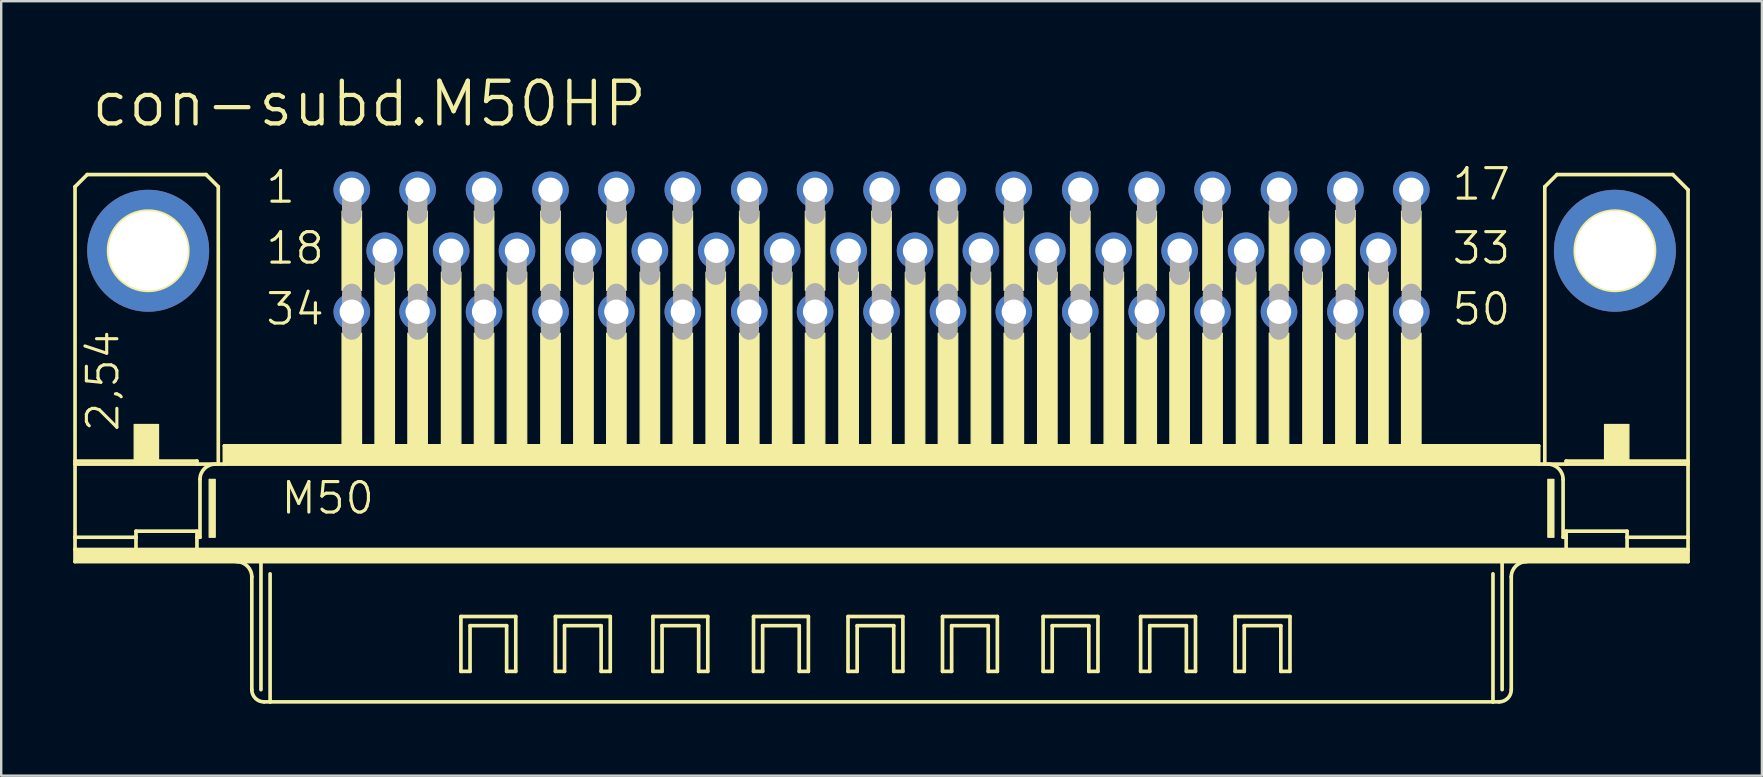
<source format=kicad_pcb>
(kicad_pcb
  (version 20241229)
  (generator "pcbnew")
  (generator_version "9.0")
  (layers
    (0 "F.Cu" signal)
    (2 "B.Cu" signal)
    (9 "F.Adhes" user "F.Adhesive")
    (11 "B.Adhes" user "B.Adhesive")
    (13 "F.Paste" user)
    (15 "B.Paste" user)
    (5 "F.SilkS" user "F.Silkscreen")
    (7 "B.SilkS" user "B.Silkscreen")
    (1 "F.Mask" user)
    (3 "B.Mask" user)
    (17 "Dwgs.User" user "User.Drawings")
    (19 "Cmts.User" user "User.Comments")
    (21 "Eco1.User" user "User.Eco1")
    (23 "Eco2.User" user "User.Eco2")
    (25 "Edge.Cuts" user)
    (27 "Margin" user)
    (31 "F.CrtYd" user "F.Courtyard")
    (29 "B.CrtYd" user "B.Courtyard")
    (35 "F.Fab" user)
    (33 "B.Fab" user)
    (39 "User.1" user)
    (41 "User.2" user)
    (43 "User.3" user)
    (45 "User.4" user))
  (footprint "con-subd.M50HP"
    (layer "F.Cu")
    (at 33.68 7.398)
    (property "Reference" "con-subd.M50HP" (at -33.02 -5.08 0) (layer "F.SilkS") (effects (font (size 1.778 1.778) (thickness 0.18)) (justify left bottom)))
    (attr through_hole)
    (fp_line (start -33.604 -2.667) (end -33.604 8.763) (stroke (width 0.152) (type default)) (layer "F.SilkS"))
    (fp_line (start -33.604 8.89) (end -33.604 8.763) (stroke (width 0.152) (type default)) (layer "F.SilkS"))
    (fp_line (start -33.604 11.938) (end -33.604 8.89) (stroke (width 0.152) (type default)) (layer "F.SilkS"))
    (fp_line (start -33.604 12.446) (end -33.604 11.938) (stroke (width 0.152) (type default)) (layer "F.SilkS"))
    (fp_line (start -33.604 12.954) (end -33.604 12.446) (stroke (width 0.152) (type default)) (layer "F.SilkS"))
    (fp_line (start -33.096 -3.175) (end -33.604 -2.667) (stroke (width 0.152) (type default)) (layer "F.SilkS"))
    (fp_line (start -31.064 11.938) (end -33.604 11.938) (stroke (width 0.152) (type default)) (layer "F.SilkS"))
    (fp_line (start -31.064 11.938) (end -31.064 11.684) (stroke (width 0.152) (type default)) (layer "F.SilkS"))
    (fp_line (start -31.064 11.938) (end -31.064 12.446) (stroke (width 0.152) (type default)) (layer "F.SilkS"))
    (fp_line (start -31.064 12.446) (end -33.604 12.446) (stroke (width 0.152) (type default)) (layer "F.SilkS"))
    (fp_line (start -28.524 8.763) (end -33.604 8.763) (stroke (width 0.152) (type default)) (layer "F.SilkS"))
    (fp_line (start -28.524 8.763) (end -28.524 8.89) (stroke (width 0.152) (type default)) (layer "F.SilkS"))
    (fp_line (start -28.524 8.89) (end -33.604 8.89) (stroke (width 0.152) (type default)) (layer "F.SilkS"))
    (fp_line (start -28.524 11.684) (end -31.064 11.684) (stroke (width 0.152) (type default)) (layer "F.SilkS"))
    (fp_line (start -28.524 11.684) (end -28.524 11.938) (stroke (width 0.152) (type default)) (layer "F.SilkS"))
    (fp_line (start -28.524 11.938) (end -28.524 12.446) (stroke (width 0.152) (type default)) (layer "F.SilkS"))
    (fp_line (start -28.524 12.446) (end -31.064 12.446) (stroke (width 0.152) (type default)) (layer "F.SilkS"))
    (fp_line (start -28.397 9.525) (end -28.397 11.938) (stroke (width 0.152) (type default)) (layer "F.SilkS"))
    (fp_line (start -28.397 11.938) (end -28.524 11.938) (stroke (width 0.152) (type default)) (layer "F.SilkS"))
    (fp_line (start -28.143 -3.175) (end -33.096 -3.175) (stroke (width 0.152) (type default)) (layer "F.SilkS"))
    (fp_line (start -27.635 -2.667) (end -28.143 -3.175) (stroke (width 0.152) (type default)) (layer "F.SilkS"))
    (fp_line (start -27.635 -2.667) (end -27.635 8.89) (stroke (width 0.152) (type default)) (layer "F.SilkS"))
    (fp_line (start -27.635 8.89) (end -28.524 8.89) (stroke (width 0.152) (type default)) (layer "F.SilkS"))
    (fp_line (start -27.381 8.89) (end -27.635 8.89) (stroke (width 0.152) (type default)) (layer "F.SilkS"))
    (fp_line (start -27.381 8.89) (end -27.381 8.128) (stroke (width 0.152) (type default)) (layer "F.SilkS"))
    (fp_line (start -26.238 13.589) (end -26.238 18.288) (stroke (width 0.152) (type default)) (layer "F.SilkS"))
    (fp_line (start -25.857 12.954) (end -33.604 12.954) (stroke (width 0.152) (type default)) (layer "F.SilkS"))
    (fp_line (start -25.857 12.954) (end -25.857 18.288) (stroke (width 0.152) (type default)) (layer "F.SilkS"))
    (fp_line (start -25.476 13.462) (end -25.476 18.796) (stroke (width 0.152) (type default)) (layer "F.SilkS"))
    (fp_line (start -25.476 18.796) (end -25.73 18.796) (stroke (width 0.152) (type default)) (layer "F.SilkS"))
    (fp_line (start -17.526 15.24) (end -15.24 15.24) (stroke (width 0.152) (type default)) (layer "F.SilkS"))
    (fp_line (start -17.526 17.526) (end -17.526 15.24) (stroke (width 0.152) (type default)) (layer "F.SilkS"))
    (fp_line (start -17.145 15.621) (end -17.145 17.526) (stroke (width 0.152) (type default)) (layer "F.SilkS"))
    (fp_line (start -17.145 17.526) (end -17.526 17.526) (stroke (width 0.152) (type default)) (layer "F.SilkS"))
    (fp_line (start -15.621 15.621) (end -17.145 15.621) (stroke (width 0.152) (type default)) (layer "F.SilkS"))
    (fp_line (start -15.621 17.526) (end -15.621 15.621) (stroke (width 0.152) (type default)) (layer "F.SilkS"))
    (fp_line (start -15.24 15.24) (end -15.24 17.526) (stroke (width 0.152) (type default)) (layer "F.SilkS"))
    (fp_line (start -15.24 17.526) (end -15.621 17.526) (stroke (width 0.152) (type default)) (layer "F.SilkS"))
    (fp_line (start -13.589 15.24) (end -11.303 15.24) (stroke (width 0.152) (type default)) (layer "F.SilkS"))
    (fp_line (start -13.589 17.526) (end -13.589 15.24) (stroke (width 0.152) (type default)) (layer "F.SilkS"))
    (fp_line (start -13.208 15.621) (end -13.208 17.526) (stroke (width 0.152) (type default)) (layer "F.SilkS"))
    (fp_line (start -13.208 17.526) (end -13.589 17.526) (stroke (width 0.152) (type default)) (layer "F.SilkS"))
    (fp_line (start -11.684 15.621) (end -13.208 15.621) (stroke (width 0.152) (type default)) (layer "F.SilkS"))
    (fp_line (start -11.684 17.526) (end -11.684 15.621) (stroke (width 0.152) (type default)) (layer "F.SilkS"))
    (fp_line (start -11.303 15.24) (end -11.303 17.526) (stroke (width 0.152) (type default)) (layer "F.SilkS"))
    (fp_line (start -11.303 17.526) (end -11.684 17.526) (stroke (width 0.152) (type default)) (layer "F.SilkS"))
    (fp_line (start -9.525 15.24) (end -7.239 15.24) (stroke (width 0.152) (type default)) (layer "F.SilkS"))
    (fp_line (start -9.525 17.526) (end -9.525 15.24) (stroke (width 0.152) (type default)) (layer "F.SilkS"))
    (fp_line (start -9.144 15.621) (end -9.144 17.526) (stroke (width 0.152) (type default)) (layer "F.SilkS"))
    (fp_line (start -9.144 17.526) (end -9.525 17.526) (stroke (width 0.152) (type default)) (layer "F.SilkS"))
    (fp_line (start -7.62 15.621) (end -9.144 15.621) (stroke (width 0.152) (type default)) (layer "F.SilkS"))
    (fp_line (start -7.62 17.526) (end -7.62 15.621) (stroke (width 0.152) (type default)) (layer "F.SilkS"))
    (fp_line (start -7.239 15.24) (end -7.239 17.526) (stroke (width 0.152) (type default)) (layer "F.SilkS"))
    (fp_line (start -7.239 17.526) (end -7.62 17.526) (stroke (width 0.152) (type default)) (layer "F.SilkS"))
    (fp_line (start -5.334 15.24) (end -3.048 15.24) (stroke (width 0.152) (type default)) (layer "F.SilkS"))
    (fp_line (start -5.334 17.526) (end -5.334 15.24) (stroke (width 0.152) (type default)) (layer "F.SilkS"))
    (fp_line (start -4.953 15.621) (end -4.953 17.526) (stroke (width 0.152) (type default)) (layer "F.SilkS"))
    (fp_line (start -4.953 17.526) (end -5.334 17.526) (stroke (width 0.152) (type default)) (layer "F.SilkS"))
    (fp_line (start -3.429 15.621) (end -4.953 15.621) (stroke (width 0.152) (type default)) (layer "F.SilkS"))
    (fp_line (start -3.429 17.526) (end -3.429 15.621) (stroke (width 0.152) (type default)) (layer "F.SilkS"))
    (fp_line (start -3.048 15.24) (end -3.048 17.526) (stroke (width 0.152) (type default)) (layer "F.SilkS"))
    (fp_line (start -3.048 17.526) (end -3.429 17.526) (stroke (width 0.152) (type default)) (layer "F.SilkS"))
    (fp_line (start -1.397 15.24) (end 0.889 15.24) (stroke (width 0.152) (type default)) (layer "F.SilkS"))
    (fp_line (start -1.397 17.526) (end -1.397 15.24) (stroke (width 0.152) (type default)) (layer "F.SilkS"))
    (fp_line (start -1.016 15.621) (end -1.016 17.526) (stroke (width 0.152) (type default)) (layer "F.SilkS"))
    (fp_line (start -1.016 17.526) (end -1.397 17.526) (stroke (width 0.152) (type default)) (layer "F.SilkS"))
    (fp_line (start 0.508 15.621) (end -1.016 15.621) (stroke (width 0.152) (type default)) (layer "F.SilkS"))
    (fp_line (start 0.508 17.526) (end 0.508 15.621) (stroke (width 0.152) (type default)) (layer "F.SilkS"))
    (fp_line (start 0.889 15.24) (end 0.889 17.526) (stroke (width 0.152) (type default)) (layer "F.SilkS"))
    (fp_line (start 0.889 17.526) (end 0.508 17.526) (stroke (width 0.152) (type default)) (layer "F.SilkS"))
    (fp_line (start 2.54 15.24) (end 4.826 15.24) (stroke (width 0.152) (type default)) (layer "F.SilkS"))
    (fp_line (start 2.54 17.526) (end 2.54 15.24) (stroke (width 0.152) (type default)) (layer "F.SilkS"))
    (fp_line (start 2.921 15.621) (end 2.921 17.526) (stroke (width 0.152) (type default)) (layer "F.SilkS"))
    (fp_line (start 2.921 17.526) (end 2.54 17.526) (stroke (width 0.152) (type default)) (layer "F.SilkS"))
    (fp_line (start 4.445 15.621) (end 2.921 15.621) (stroke (width 0.152) (type default)) (layer "F.SilkS"))
    (fp_line (start 4.445 17.526) (end 4.445 15.621) (stroke (width 0.152) (type default)) (layer "F.SilkS"))
    (fp_line (start 4.826 15.24) (end 4.826 17.526) (stroke (width 0.152) (type default)) (layer "F.SilkS"))
    (fp_line (start 4.826 17.526) (end 4.445 17.526) (stroke (width 0.152) (type default)) (layer "F.SilkS"))
    (fp_line (start 6.731 15.24) (end 9.017 15.24) (stroke (width 0.152) (type default)) (layer "F.SilkS"))
    (fp_line (start 6.731 17.526) (end 6.731 15.24) (stroke (width 0.152) (type default)) (layer "F.SilkS"))
    (fp_line (start 7.112 15.621) (end 7.112 17.526) (stroke (width 0.152) (type default)) (layer "F.SilkS"))
    (fp_line (start 7.112 17.526) (end 6.731 17.526) (stroke (width 0.152) (type default)) (layer "F.SilkS"))
    (fp_line (start 8.636 15.621) (end 7.112 15.621) (stroke (width 0.152) (type default)) (layer "F.SilkS"))
    (fp_line (start 8.636 17.526) (end 8.636 15.621) (stroke (width 0.152) (type default)) (layer "F.SilkS"))
    (fp_line (start 9.017 15.24) (end 9.017 17.526) (stroke (width 0.152) (type default)) (layer "F.SilkS"))
    (fp_line (start 9.017 17.526) (end 8.636 17.526) (stroke (width 0.152) (type default)) (layer "F.SilkS"))
    (fp_line (start 10.795 15.24) (end 13.081 15.24) (stroke (width 0.152) (type default)) (layer "F.SilkS"))
    (fp_line (start 10.795 17.526) (end 10.795 15.24) (stroke (width 0.152) (type default)) (layer "F.SilkS"))
    (fp_line (start 11.176 15.621) (end 11.176 17.526) (stroke (width 0.152) (type default)) (layer "F.SilkS"))
    (fp_line (start 11.176 17.526) (end 10.795 17.526) (stroke (width 0.152) (type default)) (layer "F.SilkS"))
    (fp_line (start 12.7 15.621) (end 11.176 15.621) (stroke (width 0.152) (type default)) (layer "F.SilkS"))
    (fp_line (start 12.7 17.526) (end 12.7 15.621) (stroke (width 0.152) (type default)) (layer "F.SilkS"))
    (fp_line (start 13.081 15.24) (end 13.081 17.526) (stroke (width 0.152) (type default)) (layer "F.SilkS"))
    (fp_line (start 13.081 17.526) (end 12.7 17.526) (stroke (width 0.152) (type default)) (layer "F.SilkS"))
    (fp_line (start 14.732 15.24) (end 17.018 15.24) (stroke (width 0.152) (type default)) (layer "F.SilkS"))
    (fp_line (start 14.732 17.526) (end 14.732 15.24) (stroke (width 0.152) (type default)) (layer "F.SilkS"))
    (fp_line (start 15.113 15.621) (end 15.113 17.526) (stroke (width 0.152) (type default)) (layer "F.SilkS"))
    (fp_line (start 15.113 17.526) (end 14.732 17.526) (stroke (width 0.152) (type default)) (layer "F.SilkS"))
    (fp_line (start 16.637 15.621) (end 15.113 15.621) (stroke (width 0.152) (type default)) (layer "F.SilkS"))
    (fp_line (start 16.637 17.526) (end 16.637 15.621) (stroke (width 0.152) (type default)) (layer "F.SilkS"))
    (fp_line (start 17.018 15.24) (end 17.018 17.526) (stroke (width 0.152) (type default)) (layer "F.SilkS"))
    (fp_line (start 17.018 17.526) (end 16.637 17.526) (stroke (width 0.152) (type default)) (layer "F.SilkS"))
    (fp_line (start 25.476 13.462) (end 25.476 18.796) (stroke (width 0.152) (type default)) (layer "F.SilkS"))
    (fp_line (start 25.476 18.796) (end -25.476 18.796) (stroke (width 0.152) (type default)) (layer "F.SilkS"))
    (fp_line (start 25.73 18.796) (end 25.476 18.796) (stroke (width 0.152) (type default)) (layer "F.SilkS"))
    (fp_line (start 25.857 12.954) (end -25.857 12.954) (stroke (width 0.152) (type default)) (layer "F.SilkS"))
    (fp_line (start 25.857 12.954) (end 25.857 18.288) (stroke (width 0.152) (type default)) (layer "F.SilkS"))
    (fp_line (start 26.238 13.589) (end 26.238 18.288) (stroke (width 0.152) (type default)) (layer "F.SilkS"))
    (fp_line (start 27.381 8.128) (end -27.381 8.128) (stroke (width 0.152) (type default)) (layer "F.SilkS"))
    (fp_line (start 27.381 8.89) (end -27.381 8.89) (stroke (width 0.152) (type default)) (layer "F.SilkS"))
    (fp_line (start 27.381 8.89) (end 27.381 8.128) (stroke (width 0.152) (type default)) (layer "F.SilkS"))
    (fp_line (start 27.635 -2.667) (end 27.635 8.89) (stroke (width 0.152) (type default)) (layer "F.SilkS"))
    (fp_line (start 27.635 8.89) (end 27.381 8.89) (stroke (width 0.152) (type default)) (layer "F.SilkS"))
    (fp_line (start 28.143 -3.175) (end 27.635 -2.667) (stroke (width 0.152) (type default)) (layer "F.SilkS"))
    (fp_line (start 28.143 -3.175) (end 32.969 -3.175) (stroke (width 0.152) (type default)) (layer "F.SilkS"))
    (fp_line (start 28.397 9.525) (end 28.397 11.938) (stroke (width 0.152) (type default)) (layer "F.SilkS"))
    (fp_line (start 28.524 8.763) (end 28.524 8.89) (stroke (width 0.152) (type default)) (layer "F.SilkS"))
    (fp_line (start 28.524 8.89) (end 27.635 8.89) (stroke (width 0.152) (type default)) (layer "F.SilkS"))
    (fp_line (start 28.524 11.684) (end 28.524 11.938) (stroke (width 0.152) (type default)) (layer "F.SilkS"))
    (fp_line (start 28.524 11.938) (end 28.397 11.938) (stroke (width 0.152) (type default)) (layer "F.SilkS"))
    (fp_line (start 28.524 11.938) (end 28.524 12.446) (stroke (width 0.152) (type default)) (layer "F.SilkS"))
    (fp_line (start 28.524 12.446) (end -28.524 12.446) (stroke (width 0.152) (type default)) (layer "F.SilkS"))
    (fp_line (start 31.064 11.684) (end 28.524 11.684) (stroke (width 0.152) (type default)) (layer "F.SilkS"))
    (fp_line (start 31.064 11.938) (end 31.064 11.684) (stroke (width 0.152) (type default)) (layer "F.SilkS"))
    (fp_line (start 31.064 11.938) (end 31.064 12.446) (stroke (width 0.152) (type default)) (layer "F.SilkS"))
    (fp_line (start 31.064 12.446) (end 28.524 12.446) (stroke (width 0.152) (type default)) (layer "F.SilkS"))
    (fp_line (start 32.969 -3.175) (end 33.604 -2.54) (stroke (width 0.152) (type default)) (layer "F.SilkS"))
    (fp_line (start 33.604 -2.54) (end 33.604 8.763) (stroke (width 0.152) (type default)) (layer "F.SilkS"))
    (fp_line (start 33.604 8.763) (end 28.524 8.763) (stroke (width 0.152) (type default)) (layer "F.SilkS"))
    (fp_line (start 33.604 8.89) (end 28.524 8.89) (stroke (width 0.152) (type default)) (layer "F.SilkS"))
    (fp_line (start 33.604 8.89) (end 33.604 8.763) (stroke (width 0.152) (type default)) (layer "F.SilkS"))
    (fp_line (start 33.604 8.89) (end 33.604 11.938) (stroke (width 0.152) (type default)) (layer "F.SilkS"))
    (fp_line (start 33.604 11.938) (end 31.064 11.938) (stroke (width 0.152) (type default)) (layer "F.SilkS"))
    (fp_line (start 33.604 11.938) (end 33.604 12.446) (stroke (width 0.152) (type default)) (layer "F.SilkS"))
    (fp_line (start 33.604 12.446) (end 31.064 12.446) (stroke (width 0.152) (type default)) (layer "F.SilkS"))
    (fp_line (start 33.604 12.446) (end 33.604 12.954) (stroke (width 0.152) (type default)) (layer "F.SilkS"))
    (fp_line (start 33.604 12.954) (end 25.857 12.954) (stroke (width 0.152) (type default)) (layer "F.SilkS"))
    (fp_rect (start -33.604 12.954) (end 33.579 12.446) (stroke (width 0.05) (type default)) (fill yes) (layer "F.SilkS"))
    (fp_rect (start -31.14 8.89) (end -30.124 7.239) (stroke (width 0.05) (type default)) (fill yes) (layer "F.SilkS"))
    (fp_rect (start -28.016 11.938) (end -27.762 9.525) (stroke (width 0.05) (type default)) (fill yes) (layer "F.SilkS"))
    (fp_rect (start -27.381 8.89) (end 27.356 8.128) (stroke (width 0.05) (type default)) (fill yes) (layer "F.SilkS"))
    (fp_rect (start -22.479 1.651) (end -21.666 -1.651) (stroke (width 0.05) (type default)) (fill yes) (layer "F.SilkS"))
    (fp_rect (start -22.479 8.128) (end -21.666 3.429) (stroke (width 0.05) (type default)) (fill yes) (layer "F.SilkS"))
    (fp_rect (start -21.107 8.128) (end -20.295 0.889) (stroke (width 0.05) (type default)) (fill yes) (layer "F.SilkS"))
    (fp_rect (start -19.736 1.651) (end -18.923 -1.651) (stroke (width 0.05) (type default)) (fill yes) (layer "F.SilkS"))
    (fp_rect (start -19.736 8.128) (end -18.923 3.429) (stroke (width 0.05) (type default)) (fill yes) (layer "F.SilkS"))
    (fp_rect (start -18.339 8.128) (end -17.526 0.889) (stroke (width 0.05) (type default)) (fill yes) (layer "F.SilkS"))
    (fp_rect (start -16.967 1.651) (end -16.154 -1.651) (stroke (width 0.05) (type default)) (fill yes) (layer "F.SilkS"))
    (fp_rect (start -16.967 8.128) (end -16.154 3.429) (stroke (width 0.05) (type default)) (fill yes) (layer "F.SilkS"))
    (fp_rect (start -15.596 8.128) (end -14.783 0.889) (stroke (width 0.05) (type default)) (fill yes) (layer "F.SilkS"))
    (fp_rect (start -14.199 1.651) (end -13.386 -1.651) (stroke (width 0.05) (type default)) (fill yes) (layer "F.SilkS"))
    (fp_rect (start -14.199 8.128) (end -13.386 3.429) (stroke (width 0.05) (type default)) (fill yes) (layer "F.SilkS"))
    (fp_rect (start -12.827 8.128) (end -12.014 0.889) (stroke (width 0.05) (type default)) (fill yes) (layer "F.SilkS"))
    (fp_rect (start -11.455 1.651) (end -10.643 -1.651) (stroke (width 0.05) (type default)) (fill yes) (layer "F.SilkS"))
    (fp_rect (start -11.455 8.128) (end -10.643 3.429) (stroke (width 0.05) (type default)) (fill yes) (layer "F.SilkS"))
    (fp_rect (start -10.058 8.128) (end -9.246 0.889) (stroke (width 0.05) (type default)) (fill yes) (layer "F.SilkS"))
    (fp_rect (start -8.687 1.651) (end -7.874 -1.651) (stroke (width 0.05) (type default)) (fill yes) (layer "F.SilkS"))
    (fp_rect (start -8.687 8.128) (end -7.874 3.429) (stroke (width 0.05) (type default)) (fill yes) (layer "F.SilkS"))
    (fp_rect (start -7.315 8.128) (end -6.502 0.889) (stroke (width 0.05) (type default)) (fill yes) (layer "F.SilkS"))
    (fp_rect (start -5.918 1.651) (end -5.105 -1.651) (stroke (width 0.05) (type default)) (fill yes) (layer "F.SilkS"))
    (fp_rect (start -5.918 8.128) (end -5.105 3.429) (stroke (width 0.05) (type default)) (fill yes) (layer "F.SilkS"))
    (fp_rect (start -4.547 8.128) (end -3.734 0.889) (stroke (width 0.05) (type default)) (fill yes) (layer "F.SilkS"))
    (fp_rect (start -3.175 1.651) (end -2.362 -1.651) (stroke (width 0.05) (type default)) (fill yes) (layer "F.SilkS"))
    (fp_rect (start -3.175 8.128) (end -2.362 3.429) (stroke (width 0.05) (type default)) (fill yes) (layer "F.SilkS"))
    (fp_rect (start -1.778 8.128) (end -0.965 0.889) (stroke (width 0.05) (type default)) (fill yes) (layer "F.SilkS"))
    (fp_rect (start -0.406 1.651) (end 0.406 -1.651) (stroke (width 0.05) (type default)) (fill yes) (layer "F.SilkS"))
    (fp_rect (start -0.406 8.128) (end 0.406 3.429) (stroke (width 0.05) (type default)) (fill yes) (layer "F.SilkS"))
    (fp_rect (start 0.991 8.128) (end 1.803 0.889) (stroke (width 0.05) (type default)) (fill yes) (layer "F.SilkS"))
    (fp_rect (start 2.362 1.651) (end 3.175 -1.651) (stroke (width 0.05) (type default)) (fill yes) (layer "F.SilkS"))
    (fp_rect (start 2.362 8.128) (end 3.175 3.429) (stroke (width 0.05) (type default)) (fill yes) (layer "F.SilkS"))
    (fp_rect (start 3.734 8.128) (end 4.547 0.889) (stroke (width 0.05) (type default)) (fill yes) (layer "F.SilkS"))
    (fp_rect (start 5.105 1.651) (end 5.918 -1.651) (stroke (width 0.05) (type default)) (fill yes) (layer "F.SilkS"))
    (fp_rect (start 5.105 8.128) (end 5.918 3.429) (stroke (width 0.05) (type default)) (fill yes) (layer "F.SilkS"))
    (fp_rect (start 6.502 8.128) (end 7.315 0.889) (stroke (width 0.05) (type default)) (fill yes) (layer "F.SilkS"))
    (fp_rect (start 7.874 1.651) (end 8.687 -1.651) (stroke (width 0.05) (type default)) (fill yes) (layer "F.SilkS"))
    (fp_rect (start 7.874 8.128) (end 8.687 3.429) (stroke (width 0.05) (type default)) (fill yes) (layer "F.SilkS"))
    (fp_rect (start 9.271 8.128) (end 10.084 0.889) (stroke (width 0.05) (type default)) (fill yes) (layer "F.SilkS"))
    (fp_rect (start 10.643 1.651) (end 11.455 -1.651) (stroke (width 0.05) (type default)) (fill yes) (layer "F.SilkS"))
    (fp_rect (start 10.643 8.128) (end 11.455 3.429) (stroke (width 0.05) (type default)) (fill yes) (layer "F.SilkS"))
    (fp_rect (start 12.014 8.128) (end 12.827 0.889) (stroke (width 0.05) (type default)) (fill yes) (layer "F.SilkS"))
    (fp_rect (start 13.386 1.651) (end 14.199 -1.651) (stroke (width 0.05) (type default)) (fill yes) (layer "F.SilkS"))
    (fp_rect (start 13.386 8.128) (end 14.199 3.429) (stroke (width 0.05) (type default)) (fill yes) (layer "F.SilkS"))
    (fp_rect (start 14.783 8.128) (end 15.596 0.889) (stroke (width 0.05) (type default)) (fill yes) (layer "F.SilkS"))
    (fp_rect (start 16.154 1.651) (end 16.967 -1.651) (stroke (width 0.05) (type default)) (fill yes) (layer "F.SilkS"))
    (fp_rect (start 16.154 8.128) (end 16.967 3.429) (stroke (width 0.05) (type default)) (fill yes) (layer "F.SilkS"))
    (fp_rect (start 17.551 8.128) (end 18.364 0.889) (stroke (width 0.05) (type default)) (fill yes) (layer "F.SilkS"))
    (fp_rect (start 18.923 1.626) (end 19.736 -1.676) (stroke (width 0.05) (type default)) (fill yes) (layer "F.SilkS"))
    (fp_rect (start 18.923 8.128) (end 19.736 3.429) (stroke (width 0.05) (type default)) (fill yes) (layer "F.SilkS"))
    (fp_rect (start 20.295 8.128) (end 21.107 0.889) (stroke (width 0.05) (type default)) (fill yes) (layer "F.SilkS"))
    (fp_rect (start 21.666 1.651) (end 22.479 -1.651) (stroke (width 0.05) (type default)) (fill yes) (layer "F.SilkS"))
    (fp_rect (start 21.666 8.128) (end 22.479 3.429) (stroke (width 0.05) (type default)) (fill yes) (layer "F.SilkS"))
    (fp_rect (start 27.762 11.938) (end 28.016 9.525) (stroke (width 0.05) (type default)) (fill yes) (layer "F.SilkS"))
    (fp_rect (start 30.124 8.89) (end 31.14 7.239) (stroke (width 0.05) (type default)) (fill yes) (layer "F.SilkS"))
    (fp_arc (start -28.3972 9.525) (mid -28.211213 9.075987) (end -27.7622 8.89) (stroke (width 0.1524) (type default)) (layer "F.SilkS"))
    (fp_arc (start -26.8732 12.954) (mid -26.424187 13.139987) (end -26.2382 13.589) (stroke (width 0.1524) (type default)) (layer "F.SilkS"))
    (fp_arc (start -25.7302 18.796) (mid -26.08941 18.64721) (end -26.2382 18.288) (stroke (width 0.1524) (type default)) (layer "F.SilkS"))
    (fp_arc (start 26.2382 13.589) (mid 26.424187 13.139987) (end 26.8732 12.954) (stroke (width 0.1524) (type default)) (layer "F.SilkS"))
    (fp_arc (start 26.2382 18.288) (mid 26.08941 18.64721) (end 25.7302 18.796) (stroke (width 0.1524) (type default)) (layer "F.SilkS"))
    (fp_arc (start 27.7622 8.89) (mid 28.211213 9.075987) (end 28.3972 9.525) (stroke (width 0.1524) (type default)) (layer "F.SilkS"))
    (fp_circle (center -30.556 0) (end -28.905 0) (stroke (width 0.152) (type default)) (fill no) (layer "F.SilkS"))
    (fp_circle (center 30.556 0) (end 32.207 0) (stroke (width 0.152) (type default)) (fill no) (layer "F.SilkS"))
    (fp_line (start -22.073 -2.54) (end -22.073 -1.524) (stroke (width 0.813) (type default)) (layer "F.Fab"))
    (fp_line (start -22.073 1.778) (end -22.073 3.302) (stroke (width 0.813) (type default)) (layer "F.Fab"))
    (fp_line (start -20.701 0) (end -20.701 1.016) (stroke (width 0.813) (type default)) (layer "F.Fab"))
    (fp_line (start -19.329 -2.54) (end -19.329 -1.524) (stroke (width 0.813) (type default)) (layer "F.Fab"))
    (fp_line (start -19.329 1.778) (end -19.329 3.302) (stroke (width 0.813) (type default)) (layer "F.Fab"))
    (fp_line (start -17.932 0) (end -17.932 1.016) (stroke (width 0.813) (type default)) (layer "F.Fab"))
    (fp_line (start -16.561 -2.54) (end -16.561 -1.524) (stroke (width 0.813) (type default)) (layer "F.Fab"))
    (fp_line (start -16.561 1.778) (end -16.561 3.302) (stroke (width 0.813) (type default)) (layer "F.Fab"))
    (fp_line (start -15.189 0) (end -15.189 1.016) (stroke (width 0.813) (type default)) (layer "F.Fab"))
    (fp_line (start -13.792 -2.54) (end -13.792 -1.524) (stroke (width 0.813) (type default)) (layer "F.Fab"))
    (fp_line (start -13.792 1.778) (end -13.792 3.302) (stroke (width 0.813) (type default)) (layer "F.Fab"))
    (fp_line (start -12.421 0) (end -12.421 1.016) (stroke (width 0.813) (type default)) (layer "F.Fab"))
    (fp_line (start -11.049 -2.54) (end -11.049 -1.524) (stroke (width 0.813) (type default)) (layer "F.Fab"))
    (fp_line (start -11.049 1.778) (end -11.049 3.302) (stroke (width 0.813) (type default)) (layer "F.Fab"))
    (fp_line (start -9.652 0) (end -9.652 1.016) (stroke (width 0.813) (type default)) (layer "F.Fab"))
    (fp_line (start -8.28 -2.54) (end -8.28 -1.524) (stroke (width 0.813) (type default)) (layer "F.Fab"))
    (fp_line (start -8.28 1.778) (end -8.28 3.302) (stroke (width 0.813) (type default)) (layer "F.Fab"))
    (fp_line (start -6.909 0) (end -6.909 1.016) (stroke (width 0.813) (type default)) (layer "F.Fab"))
    (fp_line (start -5.512 -2.54) (end -5.512 -1.524) (stroke (width 0.813) (type default)) (layer "F.Fab"))
    (fp_line (start -5.512 1.778) (end -5.512 3.302) (stroke (width 0.813) (type default)) (layer "F.Fab"))
    (fp_line (start -4.14 0) (end -4.14 1.016) (stroke (width 0.813) (type default)) (layer "F.Fab"))
    (fp_line (start -2.769 -2.54) (end -2.769 -1.524) (stroke (width 0.813) (type default)) (layer "F.Fab"))
    (fp_line (start -2.769 1.753) (end -2.769 3.277) (stroke (width 0.813) (type default)) (layer "F.Fab"))
    (fp_line (start -1.372 0) (end -1.372 1.016) (stroke (width 0.813) (type default)) (layer "F.Fab"))
    (fp_line (start 0 -2.54) (end 0 -1.524) (stroke (width 0.813) (type default)) (layer "F.Fab"))
    (fp_line (start 0 1.778) (end 0 3.302) (stroke (width 0.813) (type default)) (layer "F.Fab"))
    (fp_line (start 1.397 0) (end 1.397 1.016) (stroke (width 0.813) (type default)) (layer "F.Fab"))
    (fp_line (start 2.769 -2.54) (end 2.769 -1.524) (stroke (width 0.813) (type default)) (layer "F.Fab"))
    (fp_line (start 2.769 1.778) (end 2.769 3.302) (stroke (width 0.813) (type default)) (layer "F.Fab"))
    (fp_line (start 4.14 0) (end 4.14 1.016) (stroke (width 0.813) (type default)) (layer "F.Fab"))
    (fp_line (start 5.512 -2.54) (end 5.512 -1.524) (stroke (width 0.813) (type default)) (layer "F.Fab"))
    (fp_line (start 5.512 1.778) (end 5.512 3.302) (stroke (width 0.813) (type default)) (layer "F.Fab"))
    (fp_line (start 6.909 0) (end 6.909 1.016) (stroke (width 0.813) (type default)) (layer "F.Fab"))
    (fp_line (start 8.28 -2.54) (end 8.28 -1.524) (stroke (width 0.813) (type default)) (layer "F.Fab"))
    (fp_line (start 8.28 1.778) (end 8.28 3.302) (stroke (width 0.813) (type default)) (layer "F.Fab"))
    (fp_line (start 9.677 0) (end 9.677 1.016) (stroke (width 0.813) (type default)) (layer "F.Fab"))
    (fp_line (start 11.049 -2.54) (end 11.049 -1.524) (stroke (width 0.813) (type default)) (layer "F.Fab"))
    (fp_line (start 11.049 1.778) (end 11.049 3.302) (stroke (width 0.813) (type default)) (layer "F.Fab"))
    (fp_line (start 12.421 0) (end 12.421 1.016) (stroke (width 0.813) (type default)) (layer "F.Fab"))
    (fp_line (start 13.792 -2.54) (end 13.792 -1.524) (stroke (width 0.813) (type default)) (layer "F.Fab"))
    (fp_line (start 13.792 1.778) (end 13.792 3.302) (stroke (width 0.813) (type default)) (layer "F.Fab"))
    (fp_line (start 15.189 0) (end 15.189 1.016) (stroke (width 0.813) (type default)) (layer "F.Fab"))
    (fp_line (start 16.561 -2.54) (end 16.561 -1.524) (stroke (width 0.813) (type default)) (layer "F.Fab"))
    (fp_line (start 16.561 1.778) (end 16.561 3.302) (stroke (width 0.813) (type default)) (layer "F.Fab"))
    (fp_line (start 17.958 0) (end 17.958 1.016) (stroke (width 0.813) (type default)) (layer "F.Fab"))
    (fp_line (start 19.329 -2.54) (end 19.329 -1.524) (stroke (width 0.813) (type default)) (layer "F.Fab"))
    (fp_line (start 19.329 1.778) (end 19.329 3.302) (stroke (width 0.813) (type default)) (layer "F.Fab"))
    (fp_line (start 20.701 0) (end 20.701 1.016) (stroke (width 0.813) (type default)) (layer "F.Fab"))
    (fp_line (start 22.073 -2.54) (end 22.073 -1.524) (stroke (width 0.813) (type default)) (layer "F.Fab"))
    (fp_line (start 22.073 1.778) (end 22.073 3.302) (stroke (width 0.813) (type default)) (layer "F.Fab"))
    (fp_text user "33" (at 23.698 0.635 0) (layer "F.SilkS") (effects (font (size 1.27 1.27) (thickness 0.13)) (justify left bottom)))
    (fp_text user "2,54" (at -31.699 7.62 90) (layer "F.SilkS") (effects (font (size 1.27 1.27) (thickness 0.13)) (justify left bottom)))
    (fp_text user "M50" (at -25.095 11.049 0) (layer "F.SilkS") (effects (font (size 1.27 1.27) (thickness 0.13)) (justify left bottom)))
    (fp_text user "50" (at 23.698 3.175 0) (layer "F.SilkS") (effects (font (size 1.27 1.27) (thickness 0.13)) (justify left bottom)))
    (fp_text user "17" (at 23.698 -2.032 0) (layer "F.SilkS") (effects (font (size 1.27 1.27) (thickness 0.13)) (justify left bottom)))
    (fp_text user "34" (at -25.73 3.175 0) (layer "F.SilkS") (effects (font (size 1.27 1.27) (thickness 0.13)) (justify left bottom)))
    (fp_text user "18" (at -25.73 0.635 0) (layer "F.SilkS") (effects (font (size 1.27 1.27) (thickness 0.13)) (justify left bottom)))
    (fp_text user "1" (at -25.73 -1.905 0) (layer "F.SilkS") (effects (font (size 1.27 1.27) (thickness 0.13)) (justify left bottom)))
    (pad "1" thru_hole circle (at -22.073 -2.54) (size 1.524 1.524) (drill 1.016) (layers "*.Cu" "*.Mask"))
    (pad "2" thru_hole circle (at -19.329 -2.54) (size 1.524 1.524) (drill 1.016) (layers "*.Cu" "*.Mask"))
    (pad "3" thru_hole circle (at -16.561 -2.54) (size 1.524 1.524) (drill 1.016) (layers "*.Cu" "*.Mask"))
    (pad "4" thru_hole circle (at -13.792 -2.54) (size 1.524 1.524) (drill 1.016) (layers "*.Cu" "*.Mask"))
    (pad "5" thru_hole circle (at -11.049 -2.54) (size 1.524 1.524) (drill 1.016) (layers "*.Cu" "*.Mask"))
    (pad "6" thru_hole circle (at -8.28 -2.54) (size 1.524 1.524) (drill 1.016) (layers "*.Cu" "*.Mask"))
    (pad "7" thru_hole circle (at -5.512 -2.54) (size 1.524 1.524) (drill 1.016) (layers "*.Cu" "*.Mask"))
    (pad "8" thru_hole circle (at -2.769 -2.54) (size 1.524 1.524) (drill 1.016) (layers "*.Cu" "*.Mask"))
    (pad "9" thru_hole circle (at 0 -2.54) (size 1.524 1.524) (drill 1.016) (layers "*.Cu" "*.Mask"))
    (pad "10" thru_hole circle (at 2.769 -2.54) (size 1.524 1.524) (drill 1.016) (layers "*.Cu" "*.Mask"))
    (pad "11" thru_hole circle (at 5.512 -2.54) (size 1.524 1.524) (drill 1.016) (layers "*.Cu" "*.Mask"))
    (pad "12" thru_hole circle (at 8.28 -2.54) (size 1.524 1.524) (drill 1.016) (layers "*.Cu" "*.Mask"))
    (pad "13" thru_hole circle (at 11.049 -2.54) (size 1.524 1.524) (drill 1.016) (layers "*.Cu" "*.Mask"))
    (pad "14" thru_hole circle (at 13.792 -2.54) (size 1.524 1.524) (drill 1.016) (layers "*.Cu" "*.Mask"))
    (pad "15" thru_hole circle (at 16.561 -2.54) (size 1.524 1.524) (drill 1.016) (layers "*.Cu" "*.Mask"))
    (pad "16" thru_hole circle (at 19.329 -2.54) (size 1.524 1.524) (drill 1.016) (layers "*.Cu" "*.Mask"))
    (pad "17" thru_hole circle (at 22.073 -2.54) (size 1.524 1.524) (drill 1.016) (layers "*.Cu" "*.Mask"))
    (pad "18" thru_hole circle (at -20.701 0) (size 1.524 1.524) (drill 1.016) (layers "*.Cu" "*.Mask"))
    (pad "19" thru_hole circle (at -17.932 0) (size 1.524 1.524) (drill 1.016) (layers "*.Cu" "*.Mask"))
    (pad "20" thru_hole circle (at -15.189 0) (size 1.524 1.524) (drill 1.016) (layers "*.Cu" "*.Mask"))
    (pad "21" thru_hole circle (at -12.421 0) (size 1.524 1.524) (drill 1.016) (layers "*.Cu" "*.Mask"))
    (pad "22" thru_hole circle (at -9.652 0) (size 1.524 1.524) (drill 1.016) (layers "*.Cu" "*.Mask"))
    (pad "23" thru_hole circle (at -6.883 0) (size 1.524 1.524) (drill 1.016) (layers "*.Cu" "*.Mask"))
    (pad "24" thru_hole circle (at -4.14 0) (size 1.524 1.524) (drill 1.016) (layers "*.Cu" "*.Mask"))
    (pad "25" thru_hole circle (at -1.372 0) (size 1.524 1.524) (drill 1.016) (layers "*.Cu" "*.Mask"))
    (pad "26" thru_hole circle (at 1.397 0) (size 1.524 1.524) (drill 1.016) (layers "*.Cu" "*.Mask"))
    (pad "27" thru_hole circle (at 4.14 0) (size 1.524 1.524) (drill 1.016) (layers "*.Cu" "*.Mask"))
    (pad "28" thru_hole circle (at 6.909 0) (size 1.524 1.524) (drill 1.016) (layers "*.Cu" "*.Mask"))
    (pad "29" thru_hole circle (at 9.677 0) (size 1.524 1.524) (drill 1.016) (layers "*.Cu" "*.Mask"))
    (pad "30" thru_hole circle (at 12.421 0) (size 1.524 1.524) (drill 1.016) (layers "*.Cu" "*.Mask"))
    (pad "31" thru_hole circle (at 15.189 0) (size 1.524 1.524) (drill 1.016) (layers "*.Cu" "*.Mask"))
    (pad "32" thru_hole circle (at 17.958 0) (size 1.524 1.524) (drill 1.016) (layers "*.Cu" "*.Mask"))
    (pad "33" thru_hole circle (at 20.701 0) (size 1.524 1.524) (drill 1.016) (layers "*.Cu" "*.Mask"))
    (pad "34" thru_hole circle (at -22.073 2.54) (size 1.524 1.524) (drill 1.016) (layers "*.Cu" "*.Mask"))
    (pad "35" thru_hole circle (at -19.329 2.54) (size 1.524 1.524) (drill 1.016) (layers "*.Cu" "*.Mask"))
    (pad "36" thru_hole circle (at -16.561 2.54) (size 1.524 1.524) (drill 1.016) (layers "*.Cu" "*.Mask"))
    (pad "37" thru_hole circle (at -13.792 2.54) (size 1.524 1.524) (drill 1.016) (layers "*.Cu" "*.Mask"))
    (pad "38" thru_hole circle (at -11.049 2.54) (size 1.524 1.524) (drill 1.016) (layers "*.Cu" "*.Mask"))
    (pad "39" thru_hole circle (at -8.28 2.54) (size 1.524 1.524) (drill 1.016) (layers "*.Cu" "*.Mask"))
    (pad "40" thru_hole circle (at -5.512 2.54) (size 1.524 1.524) (drill 1.016) (layers "*.Cu" "*.Mask"))
    (pad "41" thru_hole circle (at -2.769 2.54) (size 1.524 1.524) (drill 1.016) (layers "*.Cu" "*.Mask"))
    (pad "42" thru_hole circle (at 0 2.54) (size 1.524 1.524) (drill 1.016) (layers "*.Cu" "*.Mask"))
    (pad "43" thru_hole circle (at 2.769 2.54) (size 1.524 1.524) (drill 1.016) (layers "*.Cu" "*.Mask"))
    (pad "44" thru_hole circle (at 5.512 2.54) (size 1.524 1.524) (drill 1.016) (layers "*.Cu" "*.Mask"))
    (pad "45" thru_hole circle (at 8.28 2.54) (size 1.524 1.524) (drill 1.016) (layers "*.Cu" "*.Mask"))
    (pad "46" thru_hole circle (at 11.049 2.54) (size 1.524 1.524) (drill 1.016) (layers "*.Cu" "*.Mask"))
    (pad "47" thru_hole circle (at 13.792 2.54) (size 1.524 1.524) (drill 1.016) (layers "*.Cu" "*.Mask"))
    (pad "48" thru_hole circle (at 16.561 2.54) (size 1.524 1.524) (drill 1.016) (layers "*.Cu" "*.Mask"))
    (pad "49" thru_hole circle (at 19.329 2.54) (size 1.524 1.524) (drill 1.016) (layers "*.Cu" "*.Mask"))
    (pad "50" thru_hole circle (at 22.073 2.54) (size 1.524 1.524) (drill 1.016) (layers "*.Cu" "*.Mask"))
    (pad "G1" thru_hole circle (at -30.556 0) (size 5.08 5.08) (drill 3.302) (layers "*.Cu" "*.Mask"))
    (pad "G2" thru_hole circle (at 30.556 0) (size 5.08 5.08) (drill 3.302) (layers "*.Cu" "*.Mask")))
  (gr_rect
    (start -3 -3)
    (end 70.361 29.27)
    (stroke (width 0.1) (type default))
    (fill no)
    (layer "Edge.Cuts")))
</source>
